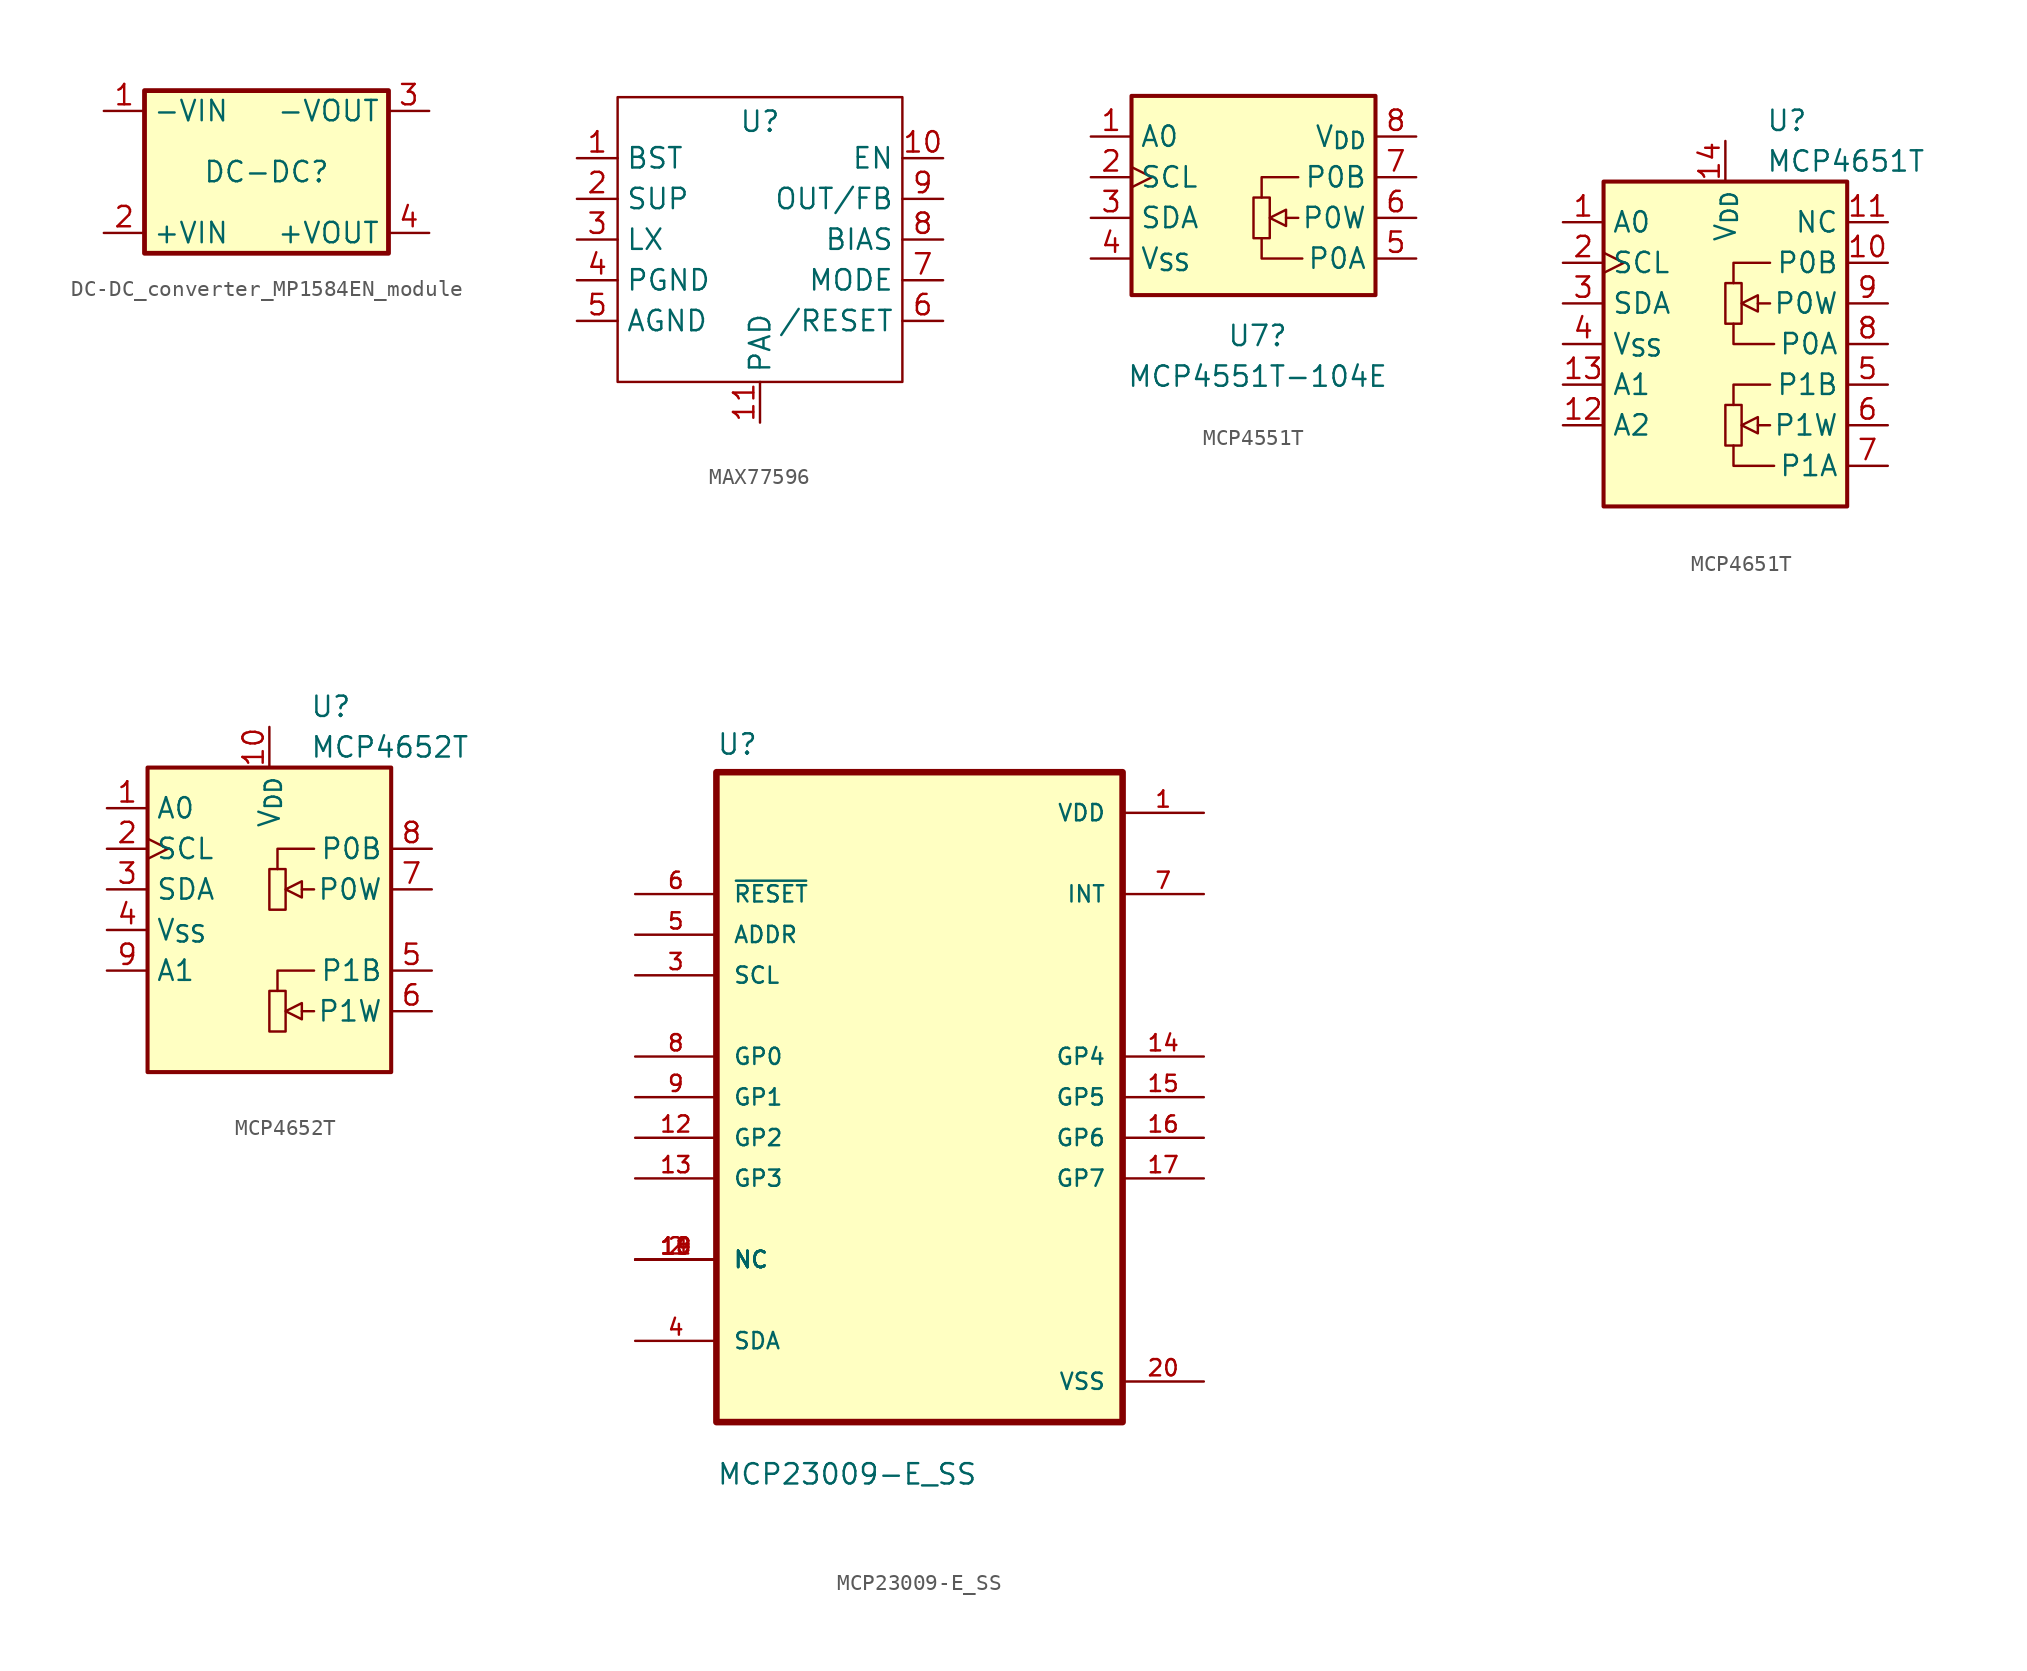
<source format=kicad_sym>
(kicad_symbol_lib
  (version 20241209)
  (generator "kicad_symbol_editor")
  (generator_version "9.0")
  (symbol "DC-DC_converter_MP1584EN_module"
    (property "Reference" "DC-DC"
      (at 0 0 0)
      (effects (font (size 1.27 1.27))))
    (property "Value" ""
      (at 0 0 0)
      (effects (font (size 1.27 1.27))))
    (symbol "DC-DC_converter_MP1584EN_module_1_1"
      (rectangle (start -7.62 5.08) (end 7.62 -5.08) (stroke (width 0.3) (type default)) (fill (type background)))
      (pin input line (at -10.16 3.81 0) (length 2.54) (name "-VIN" (effects (font (size 1.27 1.27)))) (number "1" (effects (font (size 1.27 1.27)))))
      (pin input line (at -10.16 -3.81 0) (length 2.54) (name "+VIN" (effects (font (size 1.27 1.27)))) (number "2" (effects (font (size 1.27 1.27)))))
      (pin output line (at 10.16 3.81 180) (length 2.54) (name "-VOUT" (effects (font (size 1.27 1.27)))) (number "3" (effects (font (size 1.27 1.27)))))
      (pin output line (at 10.16 -3.81 180) (length 2.54) (name "+VOUT" (effects (font (size 1.27 1.27)))) (number "4" (effects (font (size 1.27 1.27)))))))
  (symbol "MAX77596"
    (property "Reference" "U"
      (at 0 7.366 0)
      (effects (font (size 1.27 1.27))))
    (property "Value" ""
      (at 0 0 0)
      (effects (font (size 1.27 1.27))))
    (symbol "MAX77596_0_1"
      (rectangle (start -8.89 8.89) (end 8.89 -8.89) (stroke (width 0) (type default)) (fill (type none))))
    (symbol "MAX77596_1_1"
      (pin passive line (at -11.43 5.08 0) (length 2.54) (name "BST" (effects (font (size 1.27 1.27)))) (number "1" (effects (font (size 1.27 1.27)))))
      (pin passive line (at -11.43 2.54 0) (length 2.54) (name "SUP" (effects (font (size 1.27 1.27)))) (number "2" (effects (font (size 1.27 1.27)))))
      (pin passive line (at -11.43 0 0) (length 2.54) (name "LX" (effects (font (size 1.27 1.27)))) (number "3" (effects (font (size 1.27 1.27)))))
      (pin input line (at -11.43 -2.54 0) (length 2.54) (name "PGND" (effects (font (size 1.27 1.27)))) (number "4" (effects (font (size 1.27 1.27)))))
      (pin input line (at -11.43 -5.08 0) (length 2.54) (name "AGND" (effects (font (size 1.27 1.27)))) (number "5" (effects (font (size 1.27 1.27)))))
      (pin passive line (at 0 -11.43 90) (length 2.54) (name "PAD" (effects (font (size 1.27 1.27)))) (number "11" (effects (font (size 1.27 1.27)))))
      (pin input line (at 11.43 5.08 180) (length 2.54) (name "EN" (effects (font (size 1.27 1.27)))) (number "10" (effects (font (size 1.27 1.27)))))
      (pin output line (at 11.43 2.54 180) (length 2.54) (name "OUT/FB" (effects (font (size 1.27 1.27)))) (number "9" (effects (font (size 1.27 1.27)))))
      (pin input line (at 11.43 0 180) (length 2.54) (name "BIAS" (effects (font (size 1.27 1.27)))) (number "8" (effects (font (size 1.27 1.27)))))
      (pin input line (at 11.43 -2.54 180) (length 2.54) (name "MODE" (effects (font (size 1.27 1.27)))) (number "7" (effects (font (size 1.27 1.27)))))
      (pin passive line (at 11.43 -5.08 180) (length 2.54) (name "/RESET" (effects (font (size 1.27 1.27)))) (number "6" (effects (font (size 1.27 1.27)))))))
  (symbol "MCP4551T"
    (property "Reference" "U7"
      (at 0.254 -7.366 0)
      (effects (font (size 1.27 1.27))))
    (property "Value" "MCP4551T-104E"
      (at 0.254 -9.906 0)
      (effects (font (size 1.27 1.27))))
    (symbol "MCP4551T_0_1"
      (rectangle (start 0 1.27) (end 1.016 -1.27) (stroke (width 0) (type default)) (fill (type none)))
      (polyline (pts (xy 2.032 0.508) (xy 1.016 0) (xy 2.032 -0.508) (xy 2.032 0.508)) (stroke (width 0) (type default)) (fill (type none)))
      (polyline (pts (xy 2.032 0) (xy 2.794 0)) (stroke (width 0) (type default)) (fill (type none)))
      (polyline (pts (xy 2.794 2.54) (xy 0.508 2.54) (xy 0.508 1.27)) (stroke (width 0) (type default)) (fill (type none)))
      (polyline (pts (xy 3.048 -2.54) (xy 0.508 -2.54) (xy 0.508 -1.27)) (stroke (width 0) (type default)) (fill (type none))))
    (symbol "MCP4551T_1_0"
      (pin input line (at -10.16 5.08 0) (length 2.54) (name "A0" (effects (font (size 1.27 1.27)))) (number "1" (effects (font (size 1.27 1.27)))))
      (pin input clock (at -10.16 2.54 0) (length 2.54) (name "SCL" (effects (font (size 1.27 1.27)))) (number "2" (effects (font (size 1.27 1.27)))))
      (pin input line (at -10.16 0 0) (length 2.54) (name "SDA" (effects (font (size 1.27 1.27)))) (number "3" (effects (font (size 1.27 1.27)))))
      (pin power_in line (at -10.16 -2.54 0) (length 2.54) (name "V_{SS}" (effects (font (size 1.27 1.27)))) (number "4" (effects (font (size 1.27 1.27)))))
      (pin power_in line (at 10.16 5.08 180) (length 2.54) (name "V_{DD}" (effects (font (size 1.27 1.27)))) (number "8" (effects (font (size 1.27 1.27)))))
      (pin passive line (at 10.16 2.54 180) (length 2.54) (name "P0B" (effects (font (size 1.27 1.27)))) (number "7" (effects (font (size 1.27 1.27)))))
      (pin passive line (at 10.16 0 180) (length 2.54) (name "P0W" (effects (font (size 1.27 1.27)))) (number "6" (effects (font (size 1.27 1.27)))))
      (pin passive line (at 10.16 -2.54 180) (length 2.54) (name "P0A" (effects (font (size 1.27 1.27)))) (number "5" (effects (font (size 1.27 1.27))))))
    (symbol "MCP4551T_1_1"
      (rectangle (start -7.62 7.62) (end 7.62 -4.826) (stroke (width 0.254) (type default)) (fill (type background)))))
  (symbol "MCP4651T"
    (property "Reference" "U"
      (at 2.54 11.43 0)
      (effects (font (size 1.27 1.27)) (justify left)))
    (property "Value" "MCP4651T"
      (at 2.54 8.89 0)
      (effects (font (size 1.27 1.27)) (justify left)))
    (symbol "MCP4651T_0_1"
      (rectangle (start 0 1.27) (end 1.016 -1.27) (stroke (width 0) (type default)) (fill (type none)))
      (rectangle (start 0 -6.35) (end 1.016 -8.89) (stroke (width 0) (type default)) (fill (type none)))
      (polyline (pts (xy 2.032 0.508) (xy 1.016 0) (xy 2.032 -0.508) (xy 2.032 0.508)) (stroke (width 0) (type default)) (fill (type none)))
      (polyline (pts (xy 2.032 0) (xy 2.794 0)) (stroke (width 0) (type default)) (fill (type none)))
      (polyline (pts (xy 2.032 -7.112) (xy 1.016 -7.62) (xy 2.032 -8.128) (xy 2.032 -7.112)) (stroke (width 0) (type default)) (fill (type none)))
      (polyline (pts (xy 2.032 -7.62) (xy 2.794 -7.62)) (stroke (width 0) (type default)) (fill (type none)))
      (polyline (pts (xy 2.794 2.54) (xy 0.508 2.54) (xy 0.508 1.27)) (stroke (width 0) (type default)) (fill (type none)))
      (polyline (pts (xy 2.794 -5.08) (xy 0.508 -5.08) (xy 0.508 -6.35)) (stroke (width 0) (type default)) (fill (type none)))
      (polyline (pts (xy 3.048 -2.54) (xy 0.508 -2.54) (xy 0.508 -1.27)) (stroke (width 0) (type default)) (fill (type none)))
      (polyline (pts (xy 3.048 -10.16) (xy 0.508 -10.16) (xy 0.508 -8.89)) (stroke (width 0) (type default)) (fill (type none))))
    (symbol "MCP4651T_1_0"
      (pin input line (at -10.16 5.08 0) (length 2.54) (name "A0" (effects (font (size 1.27 1.27)))) (number "1" (effects (font (size 1.27 1.27)))))
      (pin input clock (at -10.16 2.54 0) (length 2.54) (name "SCL" (effects (font (size 1.27 1.27)))) (number "2" (effects (font (size 1.27 1.27)))))
      (pin input line (at -10.16 0 0) (length 2.54) (name "SDA" (effects (font (size 1.27 1.27)))) (number "3" (effects (font (size 1.27 1.27)))))
      (pin power_in line (at -10.16 -2.54 0) (length 2.54) (name "V_{SS}" (effects (font (size 1.27 1.27)))) (number "4" (effects (font (size 1.27 1.27)))))
      (pin input line (at -10.16 -5.08 0) (length 2.54) (name "A1" (effects (font (size 1.27 1.27)))) (number "13" (effects (font (size 1.27 1.27)))))
      (pin input line (at -10.16 -7.62 0) (length 2.54) (name "A2" (effects (font (size 1.27 1.27)))) (number "12" (effects (font (size 1.27 1.27)))))
      (pin power_in line (at 0 10.16 270) (length 2.54) (name "V_{DD}" (effects (font (size 1.27 1.27)))) (number "14" (effects (font (size 1.27 1.27)))))
      (pin output line (at 10.16 5.08 180) (length 2.54) (name "NC" (effects (font (size 1.27 1.27)))) (number "11" (effects (font (size 1.27 1.27)))))
      (pin passive line (at 10.16 2.54 180) (length 2.54) (name "P0B" (effects (font (size 1.27 1.27)))) (number "10" (effects (font (size 1.27 1.27)))))
      (pin passive line (at 10.16 0 180) (length 2.54) (name "P0W" (effects (font (size 1.27 1.27)))) (number "9" (effects (font (size 1.27 1.27)))))
      (pin passive line (at 10.16 -2.54 180) (length 2.54) (name "P0A" (effects (font (size 1.27 1.27)))) (number "8" (effects (font (size 1.27 1.27)))))
      (pin passive line (at 10.16 -5.08 180) (length 2.54) (name "P1B" (effects (font (size 1.27 1.27)))) (number "5" (effects (font (size 1.27 1.27)))))
      (pin passive line (at 10.16 -7.62 180) (length 2.54) (name "P1W" (effects (font (size 1.27 1.27)))) (number "6" (effects (font (size 1.27 1.27)))))
      (pin passive line (at 10.16 -10.16 180) (length 2.54) (name "P1A" (effects (font (size 1.27 1.27)))) (number "7" (effects (font (size 1.27 1.27))))))
    (symbol "MCP4651T_1_1"
      (rectangle (start -7.62 7.62) (end 7.62 -12.7) (stroke (width 0.254) (type default)) (fill (type background)))))
  (symbol "MCP4652T"
    (property "Reference" "U"
      (at 2.54 11.43 0)
      (effects (font (size 1.27 1.27)) (justify left)))
    (property "Value" "MCP4652T"
      (at 2.54 8.89 0)
      (effects (font (size 1.27 1.27)) (justify left)))
    (symbol "MCP4652T_0_1"
      (rectangle (start 0 1.27) (end 1.016 -1.27) (stroke (width 0) (type default)) (fill (type none)))
      (rectangle (start 0 -6.35) (end 1.016 -8.89) (stroke (width 0) (type default)) (fill (type none)))
      (polyline (pts (xy 2.032 0.508) (xy 1.016 0) (xy 2.032 -0.508) (xy 2.032 0.508)) (stroke (width 0) (type default)) (fill (type none)))
      (polyline (pts (xy 2.032 0) (xy 2.794 0)) (stroke (width 0) (type default)) (fill (type none)))
      (polyline (pts (xy 2.032 -7.112) (xy 1.016 -7.62) (xy 2.032 -8.128) (xy 2.032 -7.112)) (stroke (width 0) (type default)) (fill (type none)))
      (polyline (pts (xy 2.032 -7.62) (xy 2.794 -7.62)) (stroke (width 0) (type default)) (fill (type none)))
      (polyline (pts (xy 2.794 2.54) (xy 0.508 2.54) (xy 0.508 1.27)) (stroke (width 0) (type default)) (fill (type none)))
      (polyline (pts (xy 2.794 -5.08) (xy 0.508 -5.08) (xy 0.508 -6.35)) (stroke (width 0) (type default)) (fill (type none))))
    (symbol "MCP4652T_1_0"
      (pin input line (at -10.16 5.08 0) (length 2.54) (name "A0" (effects (font (size 1.27 1.27)))) (number "1" (effects (font (size 1.27 1.27)))))
      (pin input clock (at -10.16 2.54 0) (length 2.54) (name "SCL" (effects (font (size 1.27 1.27)))) (number "2" (effects (font (size 1.27 1.27)))))
      (pin input line (at -10.16 0 0) (length 2.54) (name "SDA" (effects (font (size 1.27 1.27)))) (number "3" (effects (font (size 1.27 1.27)))))
      (pin power_in line (at -10.16 -2.54 0) (length 2.54) (name "V_{SS}" (effects (font (size 1.27 1.27)))) (number "4" (effects (font (size 1.27 1.27)))))
      (pin output line (at -10.16 -5.08 0) (length 2.54) (name "A1" (effects (font (size 1.27 1.27)))) (number "9" (effects (font (size 1.27 1.27)))))
      (pin power_in line (at 0 10.16 270) (length 2.54) (name "V_{DD}" (effects (font (size 1.27 1.27)))) (number "10" (effects (font (size 1.27 1.27)))))
      (pin passive line (at 10.16 2.54 180) (length 2.54) (name "P0B" (effects (font (size 1.27 1.27)))) (number "8" (effects (font (size 1.27 1.27)))))
      (pin passive line (at 10.16 0 180) (length 2.54) (name "P0W" (effects (font (size 1.27 1.27)))) (number "7" (effects (font (size 1.27 1.27)))))
      (pin passive line (at 10.16 -5.08 180) (length 2.54) (name "P1B" (effects (font (size 1.27 1.27)))) (number "5" (effects (font (size 1.27 1.27)))))
      (pin passive line (at 10.16 -7.62 180) (length 2.54) (name "P1W" (effects (font (size 1.27 1.27)))) (number "6" (effects (font (size 1.27 1.27))))))
    (symbol "MCP4652T_1_1"
      (rectangle (start -7.62 7.62) (end 7.62 -11.43) (stroke (width 0.254) (type default)) (fill (type background)))))
  (symbol "MCP23009-E_SS"
    (pin_names
      (offset 1.016))
    (property "Reference" "U"
      (at -12.7 21.32 0)
      (effects (font (size 1.27 1.27)) (justify left bottom)))
    (property "Value" "MCP23009-E_SS"
      (at -12.7 -24.32 0)
      (effects (font (size 1.27 1.27)) (justify left bottom)))
    (symbol "MCP23009-E_SS_0_0"
      (rectangle (start -12.7 -20.32) (end 12.7 20.32) (stroke (width 0.41) (type default)) (fill (type background)))
      (pin input line (at -17.78 12.7 0) (length 5.08) (name "~{RESET}" (effects (font (size 1.016 1.016)))) (number "6" (effects (font (size 1.016 1.016)))))
      (pin input line (at -17.78 10.16 0) (length 5.08) (name "ADDR" (effects (font (size 1.016 1.016)))) (number "5" (effects (font (size 1.016 1.016)))))
      (pin input line (at -17.78 7.62 0) (length 5.08) (name "SCL" (effects (font (size 1.016 1.016)))) (number "3" (effects (font (size 1.016 1.016)))))
      (pin bidirectional line (at -17.78 2.54 0) (length 5.08) (name "GP0" (effects (font (size 1.016 1.016)))) (number "8" (effects (font (size 1.016 1.016)))))
      (pin bidirectional line (at -17.78 0 0) (length 5.08) (name "GP1" (effects (font (size 1.016 1.016)))) (number "9" (effects (font (size 1.016 1.016)))))
      (pin bidirectional line (at -17.78 -2.54 0) (length 5.08) (name "GP2" (effects (font (size 1.016 1.016)))) (number "12" (effects (font (size 1.016 1.016)))))
      (pin bidirectional line (at -17.78 -5.08 0) (length 5.08) (name "GP3" (effects (font (size 1.016 1.016)))) (number "13" (effects (font (size 1.016 1.016)))))
      (pin bidirectional line (at -17.78 -10.16 0) (length 5.08) (name "NC" (effects (font (size 1.016 1.016)))) (number "10" (effects (font (size 1.016 1.016)))))
      (pin bidirectional line (at -17.78 -10.16 0) (length 5.08) (name "NC" (effects (font (size 1.016 1.016)))) (number "11" (effects (font (size 1.016 1.016)))))
      (pin bidirectional line (at -17.78 -10.16 0) (length 5.08) (name "NC" (effects (font (size 1.016 1.016)))) (number "18" (effects (font (size 1.016 1.016)))))
      (pin bidirectional line (at -17.78 -10.16 0) (length 5.08) (name "NC" (effects (font (size 1.016 1.016)))) (number "19" (effects (font (size 1.016 1.016)))))
      (pin bidirectional line (at -17.78 -10.16 0) (length 5.08) (name "NC" (effects (font (size 1.016 1.016)))) (number "2" (effects (font (size 1.016 1.016)))))
      (pin bidirectional line (at -17.78 -15.24 0) (length 5.08) (name "SDA" (effects (font (size 1.016 1.016)))) (number "4" (effects (font (size 1.016 1.016)))))
      (pin power_in line (at 17.78 17.78 180) (length 5.08) (name "VDD" (effects (font (size 1.016 1.016)))) (number "1" (effects (font (size 1.016 1.016)))))
      (pin output line (at 17.78 12.7 180) (length 5.08) (name "INT" (effects (font (size 1.016 1.016)))) (number "7" (effects (font (size 1.016 1.016)))))
      (pin bidirectional line (at 17.78 2.54 180) (length 5.08) (name "GP4" (effects (font (size 1.016 1.016)))) (number "14" (effects (font (size 1.016 1.016)))))
      (pin bidirectional line (at 17.78 0 180) (length 5.08) (name "GP5" (effects (font (size 1.016 1.016)))) (number "15" (effects (font (size 1.016 1.016)))))
      (pin bidirectional line (at 17.78 -2.54 180) (length 5.08) (name "GP6" (effects (font (size 1.016 1.016)))) (number "16" (effects (font (size 1.016 1.016)))))
      (pin bidirectional line (at 17.78 -5.08 180) (length 5.08) (name "GP7" (effects (font (size 1.016 1.016)))) (number "17" (effects (font (size 1.016 1.016)))))
      (pin power_in line (at 17.78 -17.78 180) (length 5.08) (name "VSS" (effects (font (size 1.016 1.016)))) (number "20" (effects (font (size 1.016 1.016))))))))
</source>
